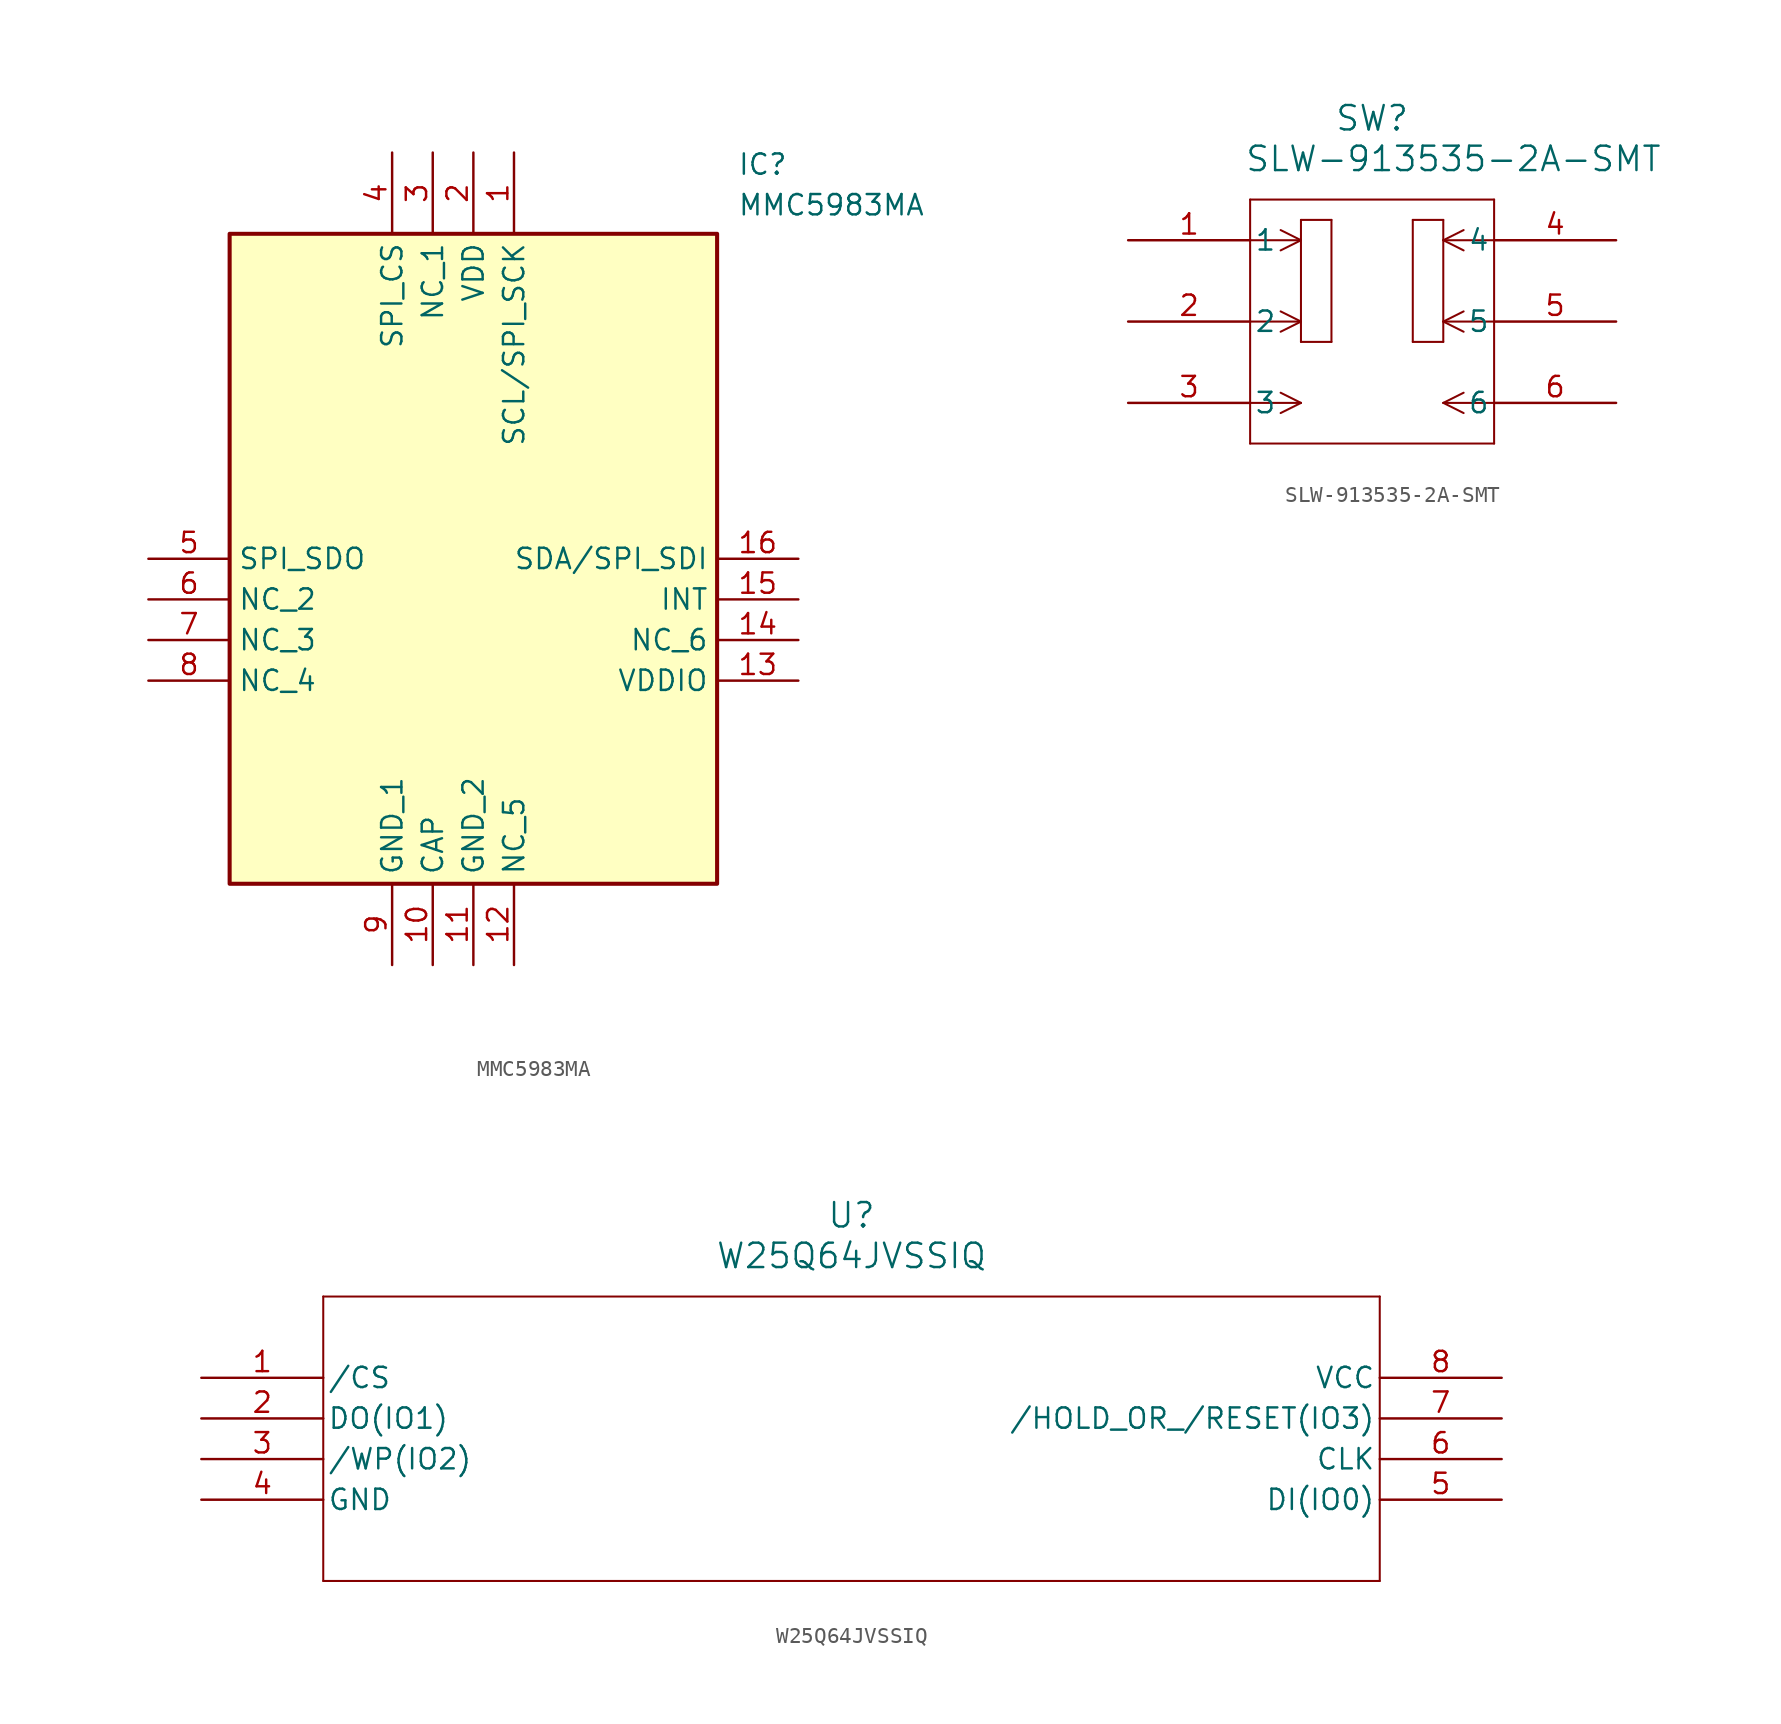
<source format=kicad_sym>
(kicad_symbol_lib
  (version 20231120)
  (generator "kicad_symbol_editor")
  (generator_version "8.0")
  (symbol "MMC5983MA"
    (property "Reference" "IC"
      (at 36.83 25.4 0)
      (effects (font (size 1.27 1.27)) (justify left top)))
    (property "Value" "MMC5983MA"
      (at 36.83 22.86 0)
      (effects (font (size 1.27 1.27)) (justify left top)))
    (symbol "MMC5983MA_1_1"
      (rectangle (start 5.08 20.32) (end 35.56 -20.32) (stroke (width 0.254) (type default)) (fill (type background)))
      (pin passive line (at 22.86 25.4 270) (length 5.08) (name "SCL/SPI_SCK" (effects (font (size 1.27 1.27)))) (number "1" (effects (font (size 1.27 1.27)))))
      (pin passive line (at 17.78 -25.4 90) (length 5.08) (name "CAP" (effects (font (size 1.27 1.27)))) (number "10" (effects (font (size 1.27 1.27)))))
      (pin passive line (at 20.32 -25.4 90) (length 5.08) (name "GND_2" (effects (font (size 1.27 1.27)))) (number "11" (effects (font (size 1.27 1.27)))))
      (pin passive line (at 22.86 -25.4 90) (length 5.08) (name "NC_5" (effects (font (size 1.27 1.27)))) (number "12" (effects (font (size 1.27 1.27)))))
      (pin passive line (at 40.64 -7.62 180) (length 5.08) (name "VDDIO" (effects (font (size 1.27 1.27)))) (number "13" (effects (font (size 1.27 1.27)))))
      (pin passive line (at 40.64 -5.08 180) (length 5.08) (name "NC_6" (effects (font (size 1.27 1.27)))) (number "14" (effects (font (size 1.27 1.27)))))
      (pin passive line (at 40.64 -2.54 180) (length 5.08) (name "INT" (effects (font (size 1.27 1.27)))) (number "15" (effects (font (size 1.27 1.27)))))
      (pin passive line (at 40.64 0 180) (length 5.08) (name "SDA/SPI_SDI" (effects (font (size 1.27 1.27)))) (number "16" (effects (font (size 1.27 1.27)))))
      (pin passive line (at 20.32 25.4 270) (length 5.08) (name "VDD" (effects (font (size 1.27 1.27)))) (number "2" (effects (font (size 1.27 1.27)))))
      (pin passive line (at 17.78 25.4 270) (length 5.08) (name "NC_1" (effects (font (size 1.27 1.27)))) (number "3" (effects (font (size 1.27 1.27)))))
      (pin passive line (at 15.24 25.4 270) (length 5.08) (name "SPI_CS" (effects (font (size 1.27 1.27)))) (number "4" (effects (font (size 1.27 1.27)))))
      (pin passive line (at 0 0 0) (length 5.08) (name "SPI_SDO" (effects (font (size 1.27 1.27)))) (number "5" (effects (font (size 1.27 1.27)))))
      (pin passive line (at 0 -2.54 0) (length 5.08) (name "NC_2" (effects (font (size 1.27 1.27)))) (number "6" (effects (font (size 1.27 1.27)))))
      (pin passive line (at 0 -5.08 0) (length 5.08) (name "NC_3" (effects (font (size 1.27 1.27)))) (number "7" (effects (font (size 1.27 1.27)))))
      (pin passive line (at 0 -7.62 0) (length 5.08) (name "NC_4" (effects (font (size 1.27 1.27)))) (number "8" (effects (font (size 1.27 1.27)))))
      (pin passive line (at 15.24 -25.4 90) (length 5.08) (name "GND_1" (effects (font (size 1.27 1.27)))) (number "9" (effects (font (size 1.27 1.27)))))))
  (symbol "SLW-913535-2A-SMT"
    (pin_names
      (offset 0.254))
    (property "Reference" "SW"
      (at 15.24 7.62 0)
      (effects (font (size 1.524 1.524))))
    (property "Value" "SLW-913535-2A-SMT"
      (at 20.32 5.08 0)
      (effects (font (size 1.524 1.524))))
    (symbol "SLW-913535-2A-SMT_0_1"
      (polyline (pts (xy 7.62 -12.7) (xy 22.86 -12.7)) (stroke (width 0.127) (type default)) (fill (type none)))
      (polyline (pts (xy 7.62 -10.16) (xy 10.795 -10.16)) (stroke (width 0.127) (type default)) (fill (type none)))
      (polyline (pts (xy 7.62 -5.08) (xy 10.795 -5.08)) (stroke (width 0.127) (type default)) (fill (type none)))
      (polyline (pts (xy 7.62 0) (xy 10.795 0)) (stroke (width 0.127) (type default)) (fill (type none)))
      (polyline (pts (xy 7.62 2.54) (xy 7.62 -12.7)) (stroke (width 0.127) (type default)) (fill (type none)))
      (polyline (pts (xy 9.525 -10.795) (xy 10.795 -10.16)) (stroke (width 0.127) (type default)) (fill (type none)))
      (polyline (pts (xy 9.525 -5.715) (xy 10.795 -5.08)) (stroke (width 0.127) (type default)) (fill (type none)))
      (polyline (pts (xy 9.525 -0.635) (xy 10.795 0)) (stroke (width 0.127) (type default)) (fill (type none)))
      (polyline (pts (xy 10.795 -10.16) (xy 9.525 -9.525)) (stroke (width 0.127) (type default)) (fill (type none)))
      (polyline (pts (xy 10.795 -6.35) (xy 12.7 -6.35)) (stroke (width 0.127) (type default)) (fill (type none)))
      (polyline (pts (xy 10.795 -5.08) (xy 9.525 -4.445)) (stroke (width 0.127) (type default)) (fill (type none)))
      (polyline (pts (xy 10.795 0) (xy 9.525 0.635)) (stroke (width 0.127) (type default)) (fill (type none)))
      (polyline (pts (xy 10.795 1.27) (xy 10.795 -6.35)) (stroke (width 0.127) (type default)) (fill (type none)))
      (polyline (pts (xy 10.795 1.27) (xy 12.7 1.27)) (stroke (width 0.127) (type default)) (fill (type none)))
      (polyline (pts (xy 12.7 -6.35) (xy 12.7 1.27)) (stroke (width 0.127) (type default)) (fill (type none)))
      (polyline (pts (xy 17.78 -6.35) (xy 19.685 -6.35)) (stroke (width 0.127) (type default)) (fill (type none)))
      (polyline (pts (xy 17.78 1.27) (xy 17.78 -6.35)) (stroke (width 0.127) (type default)) (fill (type none)))
      (polyline (pts (xy 17.78 1.27) (xy 19.685 1.27)) (stroke (width 0.127) (type default)) (fill (type none)))
      (polyline (pts (xy 19.685 -10.16) (xy 20.955 -9.525)) (stroke (width 0.127) (type default)) (fill (type none)))
      (polyline (pts (xy 19.685 -6.35) (xy 19.685 1.27)) (stroke (width 0.127) (type default)) (fill (type none)))
      (polyline (pts (xy 19.685 -5.08) (xy 20.955 -4.445)) (stroke (width 0.127) (type default)) (fill (type none)))
      (polyline (pts (xy 19.685 0) (xy 20.955 0.635)) (stroke (width 0.127) (type default)) (fill (type none)))
      (polyline (pts (xy 20.955 -10.795) (xy 19.685 -10.16)) (stroke (width 0.127) (type default)) (fill (type none)))
      (polyline (pts (xy 20.955 -5.715) (xy 19.685 -5.08)) (stroke (width 0.127) (type default)) (fill (type none)))
      (polyline (pts (xy 20.955 -0.635) (xy 19.685 0)) (stroke (width 0.127) (type default)) (fill (type none)))
      (polyline (pts (xy 22.86 -12.7) (xy 22.86 2.54)) (stroke (width 0.127) (type default)) (fill (type none)))
      (polyline (pts (xy 22.86 -10.16) (xy 19.685 -10.16)) (stroke (width 0.127) (type default)) (fill (type none)))
      (polyline (pts (xy 22.86 -5.08) (xy 19.685 -5.08)) (stroke (width 0.127) (type default)) (fill (type none)))
      (polyline (pts (xy 22.86 0) (xy 19.685 0)) (stroke (width 0.127) (type default)) (fill (type none)))
      (polyline (pts (xy 22.86 2.54) (xy 7.62 2.54)) (stroke (width 0.127) (type default)) (fill (type none)))
      (pin unspecified line (at 0 0 0) (length 7.62) (name "1" (effects (font (size 1.27 1.27)))) (number "1" (effects (font (size 1.27 1.27)))))
      (pin unspecified line (at 0 -5.08 0) (length 7.62) (name "2" (effects (font (size 1.27 1.27)))) (number "2" (effects (font (size 1.27 1.27)))))
      (pin unspecified line (at 0 -10.16 0) (length 7.62) (name "3" (effects (font (size 1.27 1.27)))) (number "3" (effects (font (size 1.27 1.27)))))
      (pin unspecified line (at 30.48 0 180) (length 7.62) (name "4" (effects (font (size 1.27 1.27)))) (number "4" (effects (font (size 1.27 1.27)))))
      (pin unspecified line (at 30.48 -5.08 180) (length 7.62) (name "5" (effects (font (size 1.27 1.27)))) (number "5" (effects (font (size 1.27 1.27)))))
      (pin unspecified line (at 30.48 -10.16 180) (length 7.62) (name "6" (effects (font (size 1.27 1.27)))) (number "6" (effects (font (size 1.27 1.27)))))))
  (symbol "W25Q64JVSSIQ"
    (pin_names
      (offset 0.254))
    (property "Reference" "U"
      (at 40.64 10.16 0)
      (effects (font (size 1.524 1.524))))
    (property "Value" "W25Q64JVSSIQ"
      (at 40.64 7.62 0)
      (effects (font (size 1.524 1.524))))
    (symbol "W25Q64JVSSIQ_0_1"
      (polyline (pts (xy 7.62 -12.7) (xy 73.66 -12.7)) (stroke (width 0.127) (type default)) (fill (type none)))
      (polyline (pts (xy 7.62 5.08) (xy 7.62 -12.7)) (stroke (width 0.127) (type default)) (fill (type none)))
      (polyline (pts (xy 73.66 -12.7) (xy 73.66 5.08)) (stroke (width 0.127) (type default)) (fill (type none)))
      (polyline (pts (xy 73.66 5.08) (xy 7.62 5.08)) (stroke (width 0.127) (type default)) (fill (type none)))
      (pin unspecified line (at 0 0 0) (length 7.62) (name "/CS" (effects (font (size 1.27 1.27)))) (number "1" (effects (font (size 1.27 1.27)))))
      (pin unspecified line (at 0 -2.54 0) (length 7.62) (name "DO(IO1)" (effects (font (size 1.27 1.27)))) (number "2" (effects (font (size 1.27 1.27)))))
      (pin unspecified line (at 0 -5.08 0) (length 7.62) (name "/WP(IO2)" (effects (font (size 1.27 1.27)))) (number "3" (effects (font (size 1.27 1.27)))))
      (pin power_out line (at 0 -7.62 0) (length 7.62) (name "GND" (effects (font (size 1.27 1.27)))) (number "4" (effects (font (size 1.27 1.27)))))
      (pin unspecified line (at 81.28 -7.62 180) (length 7.62) (name "DI(IO0)" (effects (font (size 1.27 1.27)))) (number "5" (effects (font (size 1.27 1.27)))))
      (pin unspecified line (at 81.28 -5.08 180) (length 7.62) (name "CLK" (effects (font (size 1.27 1.27)))) (number "6" (effects (font (size 1.27 1.27)))))
      (pin unspecified line (at 81.28 -2.54 180) (length 7.62) (name "/HOLD_OR_/RESET(IO3)" (effects (font (size 1.27 1.27)))) (number "7" (effects (font (size 1.27 1.27)))))
      (pin power_in line (at 81.28 0 180) (length 7.62) (name "VCC" (effects (font (size 1.27 1.27)))) (number "8" (effects (font (size 1.27 1.27))))))))
</source>
